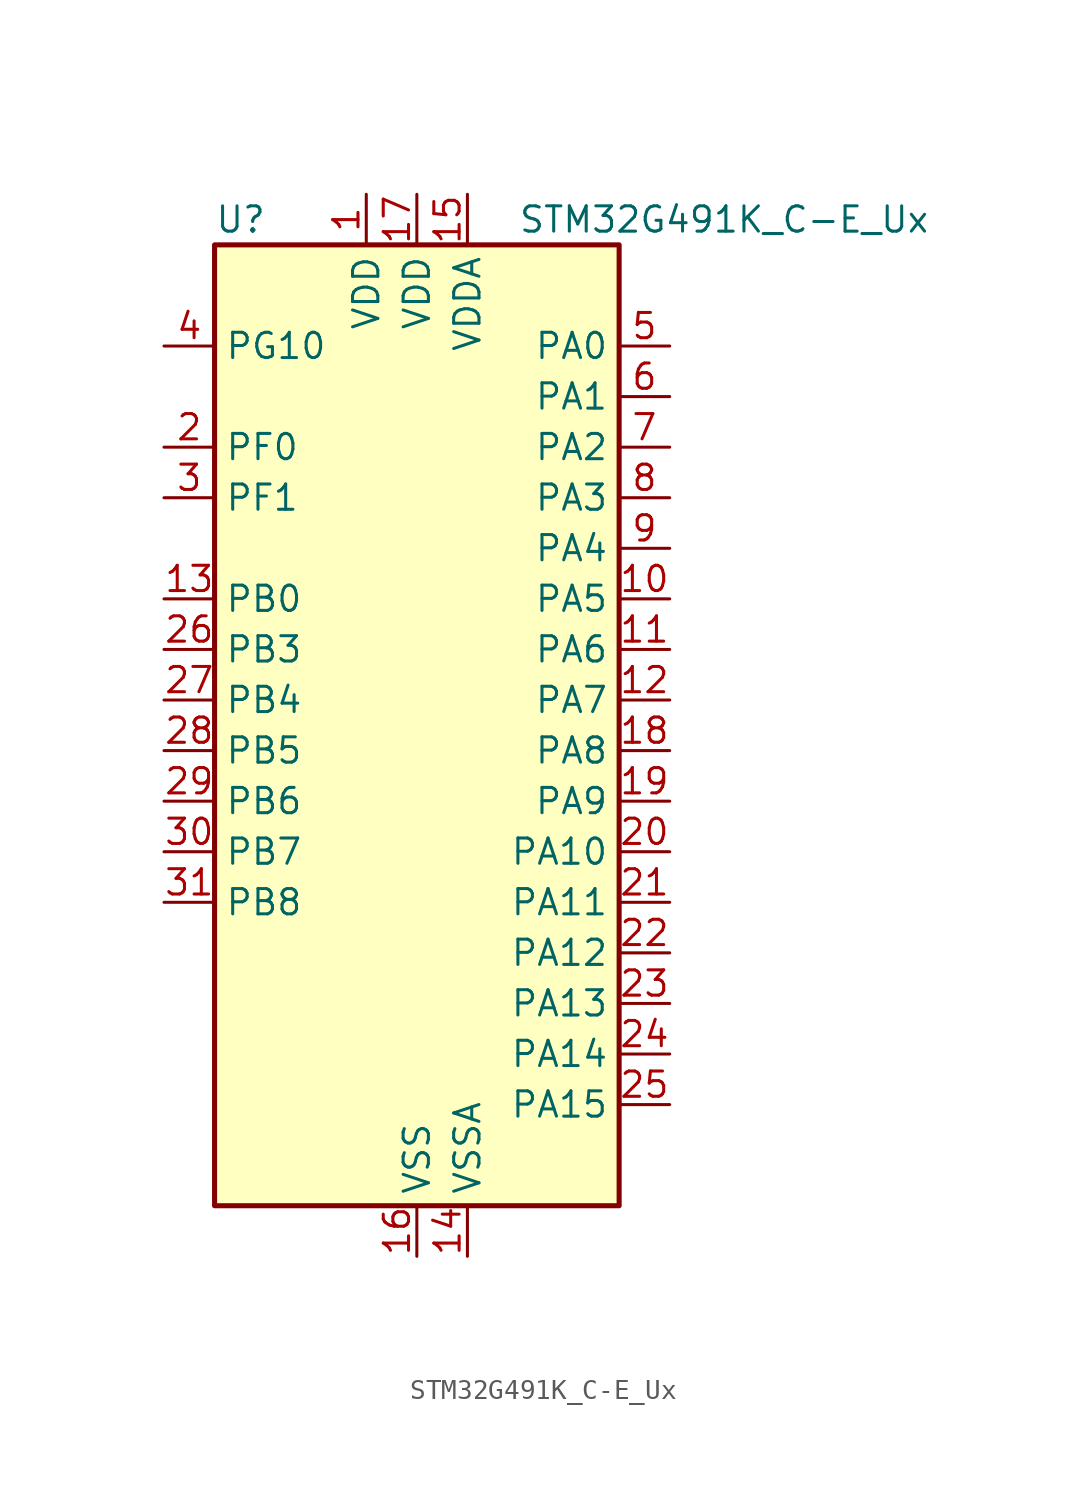
<source format=kicad_sym>
(kicad_symbol_lib
  (version 20241209)
  (generator "kicad_symbol_editor")
  (generator_version "9.0")
  (symbol "STM32G491K_C-E_Ux"
    (property "Reference" "U"
      (at -10.16 26.67 0)
      (effects (font (size 1.27 1.27)) (justify left)))
    (property "Value" "STM32G491K_C-E_Ux"
      (at 5.08 26.67 0)
      (effects (font (size 1.27 1.27)) (justify left)))
    (symbol "STM32G491K_C-E_Ux_0_1"
      (rectangle (start -10.16 -22.86) (end 10.16 25.4) (stroke (width 0.254) (type default)) (fill (type background))))
    (symbol "STM32G491K_C-E_Ux_1_1"
      (pin bidirectional line (at -12.7 20.32 0) (length 2.54) (name "PG10" (effects (font (size 1.27 1.27)))) (number "4" (effects (font (size 1.27 1.27)))) (alternate "DAC1_EXTI10" bidirectional line) (alternate "DAC3_EXTI10" bidirectional line) (alternate "RCC_MCO" bidirectional line))
      (pin bidirectional line (at -12.7 15.24 0) (length 2.54) (name "PF0" (effects (font (size 1.27 1.27)))) (number "2" (effects (font (size 1.27 1.27)))) (alternate "ADC1_IN10" bidirectional line) (alternate "I2C2_SDA" bidirectional line) (alternate "I2S2_WS" bidirectional line) (alternate "RCC_OSC_IN" bidirectional line) (alternate "SPI2_NSS" bidirectional line) (alternate "TIM1_CH3N" bidirectional line))
      (pin bidirectional line (at -12.7 12.7 0) (length 2.54) (name "PF1" (effects (font (size 1.27 1.27)))) (number "3" (effects (font (size 1.27 1.27)))) (alternate "ADC2_IN10" bidirectional line) (alternate "COMP3_INM" bidirectional line) (alternate "I2S2_CK" bidirectional line) (alternate "RCC_OSC_OUT" bidirectional line) (alternate "SPI2_SCK" bidirectional line))
      (pin bidirectional line (at -12.7 7.62 0) (length 2.54) (name "PB0" (effects (font (size 1.27 1.27)))) (number "13" (effects (font (size 1.27 1.27)))) (alternate "ADC1_IN15" bidirectional line) (alternate "ADC3_IN12" bidirectional line) (alternate "COMP4_INP" bidirectional line) (alternate "OPAMP2_VINP" bidirectional line) (alternate "OPAMP2_VINP_SEC" bidirectional line) (alternate "OPAMP3_VINP" bidirectional line) (alternate "OPAMP3_VINP_SEC" bidirectional line) (alternate "QUADSPI1_BK1_IO1" bidirectional line) (alternate "TIM1_CH2N" bidirectional line) (alternate "TIM3_CH3" bidirectional line) (alternate "TIM8_CH2N" bidirectional line) (alternate "UCPD1_FRSTX1" bidirectional line) (alternate "UCPD1_FRSTX2" bidirectional line))
      (pin bidirectional line (at -12.7 5.08 0) (length 2.54) (name "PB3" (effects (font (size 1.27 1.27)))) (number "26" (effects (font (size 1.27 1.27)))) (alternate "ADC3_EXTI3" bidirectional line) (alternate "CRS_SYNC" bidirectional line) (alternate "I2S3_CK" bidirectional line) (alternate "SAI1_SCK_B" bidirectional line) (alternate "SPI1_SCK" bidirectional line) (alternate "SPI3_SCK" bidirectional line) (alternate "SYS_JTDO-SWO" bidirectional line) (alternate "TIM2_CH2" bidirectional line) (alternate "TIM3_ETR" bidirectional line) (alternate "TIM4_ETR" bidirectional line) (alternate "TIM8_CH1N" bidirectional line) (alternate "USART2_TX" bidirectional line))
      (pin bidirectional line (at -12.7 2.54 0) (length 2.54) (name "PB4" (effects (font (size 1.27 1.27)))) (number "27" (effects (font (size 1.27 1.27)))) (alternate "SAI1_MCLK_B" bidirectional line) (alternate "SPI1_MISO" bidirectional line) (alternate "SPI3_MISO" bidirectional line) (alternate "SYS_JTRST" bidirectional line) (alternate "TIM16_CH1" bidirectional line) (alternate "TIM17_BKIN" bidirectional line) (alternate "TIM3_CH1" bidirectional line) (alternate "TIM8_CH2N" bidirectional line) (alternate "UCPD1_CC2" bidirectional line) (alternate "USART2_RX" bidirectional line))
      (pin bidirectional line (at -12.7 0 0) (length 2.54) (name "PB5" (effects (font (size 1.27 1.27)))) (number "28" (effects (font (size 1.27 1.27)))) (alternate "FDCAN2_RX" bidirectional line) (alternate "I2C1_SMBA" bidirectional line) (alternate "I2C3_SDA" bidirectional line) (alternate "I2S3_SD" bidirectional line) (alternate "LPTIM1_IN1" bidirectional line) (alternate "SAI1_SD_B" bidirectional line) (alternate "SPI1_MOSI" bidirectional line) (alternate "SPI3_MOSI" bidirectional line) (alternate "TIM16_BKIN" bidirectional line) (alternate "TIM17_CH1" bidirectional line) (alternate "TIM3_CH2" bidirectional line) (alternate "TIM8_CH3N" bidirectional line) (alternate "USART2_CK" bidirectional line))
      (pin bidirectional line (at -12.7 -2.54 0) (length 2.54) (name "PB6" (effects (font (size 1.27 1.27)))) (number "29" (effects (font (size 1.27 1.27)))) (alternate "COMP4_OUT" bidirectional line) (alternate "FDCAN2_TX" bidirectional line) (alternate "LPTIM1_ETR" bidirectional line) (alternate "SAI1_FS_B" bidirectional line) (alternate "TIM16_CH1N" bidirectional line) (alternate "TIM4_CH1" bidirectional line) (alternate "TIM8_BKIN2" bidirectional line) (alternate "TIM8_CH1" bidirectional line) (alternate "TIM8_ETR" bidirectional line) (alternate "UCPD1_CC1" bidirectional line) (alternate "USART1_TX" bidirectional line))
      (pin bidirectional line (at -12.7 -5.08 0) (length 2.54) (name "PB7" (effects (font (size 1.27 1.27)))) (number "30" (effects (font (size 1.27 1.27)))) (alternate "COMP3_OUT" bidirectional line) (alternate "I2C1_SDA" bidirectional line) (alternate "LPTIM1_IN2" bidirectional line) (alternate "SYS_PVD_IN" bidirectional line) (alternate "TIM17_CH1N" bidirectional line) (alternate "TIM3_CH4" bidirectional line) (alternate "TIM4_CH2" bidirectional line) (alternate "TIM8_BKIN" bidirectional line) (alternate "USART1_RX" bidirectional line))
      (pin bidirectional line (at -12.7 -7.62 0) (length 2.54) (name "PB8" (effects (font (size 1.27 1.27)))) (number "31" (effects (font (size 1.27 1.27)))) (alternate "COMP1_OUT" bidirectional line) (alternate "FDCAN1_RX" bidirectional line) (alternate "I2C1_SCL" bidirectional line) (alternate "SAI1_CK1" bidirectional line) (alternate "SAI1_MCLK_A" bidirectional line) (alternate "TIM16_CH1" bidirectional line) (alternate "TIM1_BKIN" bidirectional line) (alternate "TIM4_CH3" bidirectional line) (alternate "TIM8_CH2" bidirectional line))
      (pin power_in line (at -2.54 27.94 270) (length 2.54) (name "VDD" (effects (font (size 1.27 1.27)))) (number "1" (effects (font (size 1.27 1.27)))))
      (pin power_in line (at 0 27.94 270) (length 2.54) (name "VDD" (effects (font (size 1.27 1.27)))) (number "17" (effects (font (size 1.27 1.27)))))
      (pin power_in line (at 0 -25.4 90) (length 2.54) (name "VSS" (effects (font (size 1.27 1.27)))) (number "16" (effects (font (size 1.27 1.27)))))
      (pin passive line (at 0 -25.4 90) (length 2.54) (hide yes) (name "VSS" (effects (font (size 1.27 1.27)))) (number "32" (effects (font (size 1.27 1.27)))))
      (pin passive line (at 0 -25.4 90) (length 2.54) (hide yes) (name "VSS" (effects (font (size 1.27 1.27)))) (number "33" (effects (font (size 1.27 1.27)))))
      (pin power_in line (at 2.54 27.94 270) (length 2.54) (name "VDDA" (effects (font (size 1.27 1.27)))) (number "15" (effects (font (size 1.27 1.27)))))
      (pin power_in line (at 2.54 -25.4 90) (length 2.54) (name "VSSA" (effects (font (size 1.27 1.27)))) (number "14" (effects (font (size 1.27 1.27)))))
      (pin bidirectional line (at 12.7 20.32 180) (length 2.54) (name "PA0" (effects (font (size 1.27 1.27)))) (number "5" (effects (font (size 1.27 1.27)))) (alternate "ADC1_IN1" bidirectional line) (alternate "ADC2_IN1" bidirectional line) (alternate "COMP1_INM" bidirectional line) (alternate "COMP1_OUT" bidirectional line) (alternate "COMP3_INP" bidirectional line) (alternate "RTC_TAMP2" bidirectional line) (alternate "SYS_WKUP1" bidirectional line) (alternate "TIM2_CH1" bidirectional line) (alternate "TIM2_ETR" bidirectional line) (alternate "TIM8_BKIN" bidirectional line) (alternate "TIM8_ETR" bidirectional line) (alternate "USART2_CTS" bidirectional line) (alternate "USART2_NSS" bidirectional line))
      (pin bidirectional line (at 12.7 17.78 180) (length 2.54) (name "PA1" (effects (font (size 1.27 1.27)))) (number "6" (effects (font (size 1.27 1.27)))) (alternate "ADC1_IN2" bidirectional line) (alternate "ADC2_IN2" bidirectional line) (alternate "COMP1_INP" bidirectional line) (alternate "OPAMP1_VINP" bidirectional line) (alternate "OPAMP1_VINP_SEC" bidirectional line) (alternate "OPAMP3_VINP" bidirectional line) (alternate "OPAMP3_VINP_SEC" bidirectional line) (alternate "OPAMP6_VINM" bidirectional line) (alternate "OPAMP6_VINM0" bidirectional line) (alternate "OPAMP6_VINM_SEC" bidirectional line) (alternate "RTC_REFIN" bidirectional line) (alternate "TIM15_CH1N" bidirectional line) (alternate "TIM2_CH2" bidirectional line) (alternate "USART2_DE" bidirectional line) (alternate "USART2_RTS" bidirectional line))
      (pin bidirectional line (at 12.7 15.24 180) (length 2.54) (name "PA2" (effects (font (size 1.27 1.27)))) (number "7" (effects (font (size 1.27 1.27)))) (alternate "ADC1_IN3" bidirectional line) (alternate "ADC3_EXTI2" bidirectional line) (alternate "COMP2_INM" bidirectional line) (alternate "COMP2_OUT" bidirectional line) (alternate "LPUART1_TX" bidirectional line) (alternate "OPAMP1_VOUT" bidirectional line) (alternate "QUADSPI1_BK1_NCS" bidirectional line) (alternate "RCC_LSCO" bidirectional line) (alternate "SYS_WKUP4" bidirectional line) (alternate "TIM15_CH1" bidirectional line) (alternate "TIM2_CH3" bidirectional line) (alternate "UCPD1_FRSTX1" bidirectional line) (alternate "UCPD1_FRSTX2" bidirectional line) (alternate "USART2_TX" bidirectional line))
      (pin bidirectional line (at 12.7 12.7 180) (length 2.54) (name "PA3" (effects (font (size 1.27 1.27)))) (number "8" (effects (font (size 1.27 1.27)))) (alternate "ADC1_IN4" bidirectional line) (alternate "ADC3_EXTI3" bidirectional line) (alternate "COMP2_INP" bidirectional line) (alternate "LPUART1_RX" bidirectional line) (alternate "OPAMP1_VINM" bidirectional line) (alternate "OPAMP1_VINM0" bidirectional line) (alternate "OPAMP1_VINM_SEC" bidirectional line) (alternate "OPAMP1_VINP" bidirectional line) (alternate "OPAMP1_VINP_SEC" bidirectional line) (alternate "QUADSPI1_CLK" bidirectional line) (alternate "SAI1_CK1" bidirectional line) (alternate "SAI1_MCLK_A" bidirectional line) (alternate "TIM15_CH2" bidirectional line) (alternate "TIM2_CH4" bidirectional line) (alternate "USART2_RX" bidirectional line))
      (pin bidirectional line (at 12.7 10.16 180) (length 2.54) (name "PA4" (effects (font (size 1.27 1.27)))) (number "9" (effects (font (size 1.27 1.27)))) (alternate "ADC2_IN17" bidirectional line) (alternate "COMP1_INM" bidirectional line) (alternate "DAC1_OUT1" bidirectional line) (alternate "I2S3_WS" bidirectional line) (alternate "SAI1_FS_B" bidirectional line) (alternate "SPI1_NSS" bidirectional line) (alternate "SPI3_NSS" bidirectional line) (alternate "TIM3_CH2" bidirectional line) (alternate "USART2_CK" bidirectional line))
      (pin bidirectional line (at 12.7 7.62 180) (length 2.54) (name "PA5" (effects (font (size 1.27 1.27)))) (number "10" (effects (font (size 1.27 1.27)))) (alternate "ADC2_IN13" bidirectional line) (alternate "COMP2_INM" bidirectional line) (alternate "DAC1_OUT2" bidirectional line) (alternate "OPAMP2_VINM" bidirectional line) (alternate "OPAMP2_VINM0" bidirectional line) (alternate "OPAMP2_VINM_SEC" bidirectional line) (alternate "SPI1_SCK" bidirectional line) (alternate "TIM2_CH1" bidirectional line) (alternate "TIM2_ETR" bidirectional line) (alternate "UCPD1_FRSTX1" bidirectional line) (alternate "UCPD1_FRSTX2" bidirectional line))
      (pin bidirectional line (at 12.7 5.08 180) (length 2.54) (name "PA6" (effects (font (size 1.27 1.27)))) (number "11" (effects (font (size 1.27 1.27)))) (alternate "ADC2_IN3" bidirectional line) (alternate "COMP1_OUT" bidirectional line) (alternate "LPUART1_CTS" bidirectional line) (alternate "OPAMP2_VOUT" bidirectional line) (alternate "QUADSPI1_BK1_IO3" bidirectional line) (alternate "SPI1_MISO" bidirectional line) (alternate "TIM16_CH1" bidirectional line) (alternate "TIM1_BKIN" bidirectional line) (alternate "TIM3_CH1" bidirectional line) (alternate "TIM8_BKIN" bidirectional line))
      (pin bidirectional line (at 12.7 2.54 180) (length 2.54) (name "PA7" (effects (font (size 1.27 1.27)))) (number "12" (effects (font (size 1.27 1.27)))) (alternate "ADC2_IN4" bidirectional line) (alternate "COMP2_INP" bidirectional line) (alternate "COMP2_OUT" bidirectional line) (alternate "OPAMP1_VINP" bidirectional line) (alternate "OPAMP1_VINP_SEC" bidirectional line) (alternate "OPAMP2_VINP" bidirectional line) (alternate "OPAMP2_VINP_SEC" bidirectional line) (alternate "QUADSPI1_BK1_IO2" bidirectional line) (alternate "SPI1_MOSI" bidirectional line) (alternate "TIM17_CH1" bidirectional line) (alternate "TIM1_CH1N" bidirectional line) (alternate "TIM3_CH2" bidirectional line) (alternate "TIM8_CH1N" bidirectional line) (alternate "UCPD1_FRSTX1" bidirectional line) (alternate "UCPD1_FRSTX2" bidirectional line))
      (pin bidirectional line (at 12.7 0 180) (length 2.54) (name "PA8" (effects (font (size 1.27 1.27)))) (number "18" (effects (font (size 1.27 1.27)))) (alternate "I2C2_SDA" bidirectional line) (alternate "I2C3_SCL" bidirectional line) (alternate "I2S2_MCK" bidirectional line) (alternate "RCC_MCO" bidirectional line) (alternate "SAI1_CK2" bidirectional line) (alternate "SAI1_SCK_A" bidirectional line) (alternate "TIM1_CH1" bidirectional line) (alternate "TIM4_ETR" bidirectional line) (alternate "USART1_CK" bidirectional line))
      (pin bidirectional line (at 12.7 -2.54 180) (length 2.54) (name "PA9" (effects (font (size 1.27 1.27)))) (number "19" (effects (font (size 1.27 1.27)))) (alternate "DAC1_EXTI9" bidirectional line) (alternate "DAC3_EXTI9" bidirectional line) (alternate "I2C2_SCL" bidirectional line) (alternate "I2C3_SMBA" bidirectional line) (alternate "I2S3_MCK" bidirectional line) (alternate "SAI1_FS_A" bidirectional line) (alternate "TIM15_BKIN" bidirectional line) (alternate "TIM1_CH2" bidirectional line) (alternate "TIM2_CH3" bidirectional line) (alternate "UCPD1_DBCC1" bidirectional line) (alternate "USART1_TX" bidirectional line))
      (pin bidirectional line (at 12.7 -5.08 180) (length 2.54) (name "PA10" (effects (font (size 1.27 1.27)))) (number "20" (effects (font (size 1.27 1.27)))) (alternate "CRS_SYNC" bidirectional line) (alternate "DAC1_EXTI10" bidirectional line) (alternate "DAC3_EXTI10" bidirectional line) (alternate "I2C2_SMBA" bidirectional line) (alternate "SAI1_D1" bidirectional line) (alternate "SAI1_SD_A" bidirectional line) (alternate "SPI2_MISO" bidirectional line) (alternate "TIM17_BKIN" bidirectional line) (alternate "TIM1_CH3" bidirectional line) (alternate "TIM2_CH4" bidirectional line) (alternate "TIM8_BKIN" bidirectional line) (alternate "UCPD1_DBCC2" bidirectional line) (alternate "USART1_RX" bidirectional line))
      (pin bidirectional line (at 12.7 -7.62 180) (length 2.54) (name "PA11" (effects (font (size 1.27 1.27)))) (number "21" (effects (font (size 1.27 1.27)))) (alternate "ADC1_EXTI11" bidirectional line) (alternate "ADC2_EXTI11" bidirectional line) (alternate "COMP1_OUT" bidirectional line) (alternate "FDCAN1_RX" bidirectional line) (alternate "I2S2_SD" bidirectional line) (alternate "SPI2_MOSI" bidirectional line) (alternate "TIM1_BKIN2" bidirectional line) (alternate "TIM1_CH1N" bidirectional line) (alternate "TIM1_CH4" bidirectional line) (alternate "TIM4_CH1" bidirectional line) (alternate "USART1_CTS" bidirectional line) (alternate "USART1_NSS" bidirectional line) (alternate "USB_DM" bidirectional line))
      (pin bidirectional line (at 12.7 -10.16 180) (length 2.54) (name "PA12" (effects (font (size 1.27 1.27)))) (number "22" (effects (font (size 1.27 1.27)))) (alternate "COMP2_OUT" bidirectional line) (alternate "FDCAN1_TX" bidirectional line) (alternate "I2S_CKIN" bidirectional line) (alternate "TIM16_CH1" bidirectional line) (alternate "TIM1_CH2N" bidirectional line) (alternate "TIM1_ETR" bidirectional line) (alternate "TIM4_CH2" bidirectional line) (alternate "USART1_DE" bidirectional line) (alternate "USART1_RTS" bidirectional line) (alternate "USB_DP" bidirectional line))
      (pin bidirectional line (at 12.7 -12.7 180) (length 2.54) (name "PA13" (effects (font (size 1.27 1.27)))) (number "23" (effects (font (size 1.27 1.27)))) (alternate "I2C1_SCL" bidirectional line) (alternate "IR_OUT" bidirectional line) (alternate "SAI1_SD_B" bidirectional line) (alternate "SYS_JTMS-SWDIO" bidirectional line) (alternate "TIM16_CH1N" bidirectional line) (alternate "TIM4_CH3" bidirectional line))
      (pin bidirectional line (at 12.7 -15.24 180) (length 2.54) (name "PA14" (effects (font (size 1.27 1.27)))) (number "24" (effects (font (size 1.27 1.27)))) (alternate "I2C1_SDA" bidirectional line) (alternate "LPTIM1_OUT" bidirectional line) (alternate "SAI1_FS_B" bidirectional line) (alternate "SYS_JTCK-SWCLK" bidirectional line) (alternate "TIM1_BKIN" bidirectional line) (alternate "TIM8_CH2" bidirectional line) (alternate "USART2_TX" bidirectional line))
      (pin bidirectional line (at 12.7 -17.78 180) (length 2.54) (name "PA15" (effects (font (size 1.27 1.27)))) (number "25" (effects (font (size 1.27 1.27)))) (alternate "ADC1_EXTI15" bidirectional line) (alternate "ADC2_EXTI15" bidirectional line) (alternate "I2C1_SCL" bidirectional line) (alternate "I2S3_WS" bidirectional line) (alternate "SPI1_NSS" bidirectional line) (alternate "SPI3_NSS" bidirectional line) (alternate "SYS_JTDI" bidirectional line) (alternate "TIM1_BKIN" bidirectional line) (alternate "TIM20_ETR" bidirectional line) (alternate "TIM2_CH1" bidirectional line) (alternate "TIM2_ETR" bidirectional line) (alternate "TIM8_CH1" bidirectional line) (alternate "USART2_RX" bidirectional line)))))
</source>
